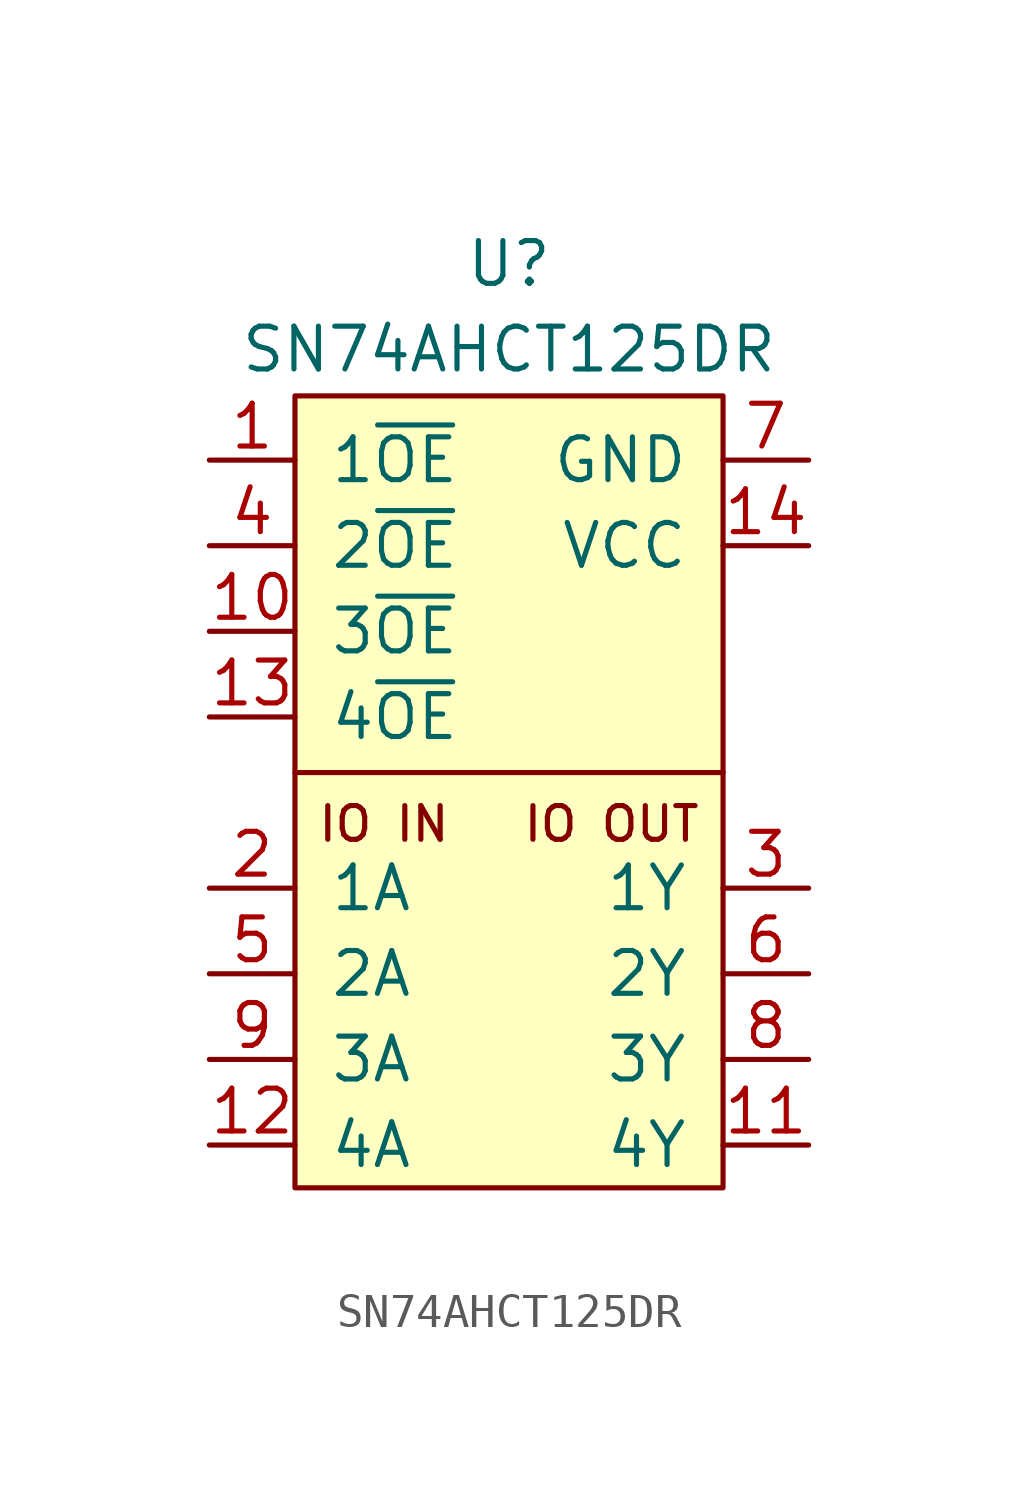
<source format=kicad_sym>
(kicad_symbol_lib
  (version 20241209)
  (generator "kicad_symbol_editor")
  (generator_version "9.0")
  (symbol "SN74AHCT125DR"
    (pin_names
      (offset 1.016))
    (property "Reference" "U"
      (at 0 15.24 0)
      (effects (font (size 1.27 1.27)) (justify bottom)))
    (property "Value" "SN74AHCT125DR"
      (at 0 12.7 0)
      (effects (font (size 1.27 1.27)) (justify bottom)))
    (symbol "SN74AHCT125DR_1_0"
      (rectangle (start -6.35 12.065) (end 6.35 -11.43) (stroke (width 0) (type solid)) (fill (type background)))
      (polyline (pts (xy -6.35 0.889) (xy 6.35 0.889)) (stroke (width 0) (type default)) (fill (type none)))
      (pin input line (at -8.89 10.16 0) (length 2.54) (name "1~{OE}" (effects (font (size 1.27 1.27)))) (number "1" (effects (font (size 1.27 1.27)))))
      (pin input line (at -8.89 7.62 0) (length 2.54) (name "2~{OE}" (effects (font (size 1.27 1.27)))) (number "4" (effects (font (size 1.27 1.27)))))
      (pin input line (at -8.89 5.08 0) (length 2.54) (name "3~{OE}" (effects (font (size 1.27 1.27)))) (number "10" (effects (font (size 1.27 1.27)))))
      (pin input line (at -8.89 2.54 0) (length 2.54) (name "4~{OE}" (effects (font (size 1.27 1.27)))) (number "13" (effects (font (size 1.27 1.27)))))
      (pin input line (at -8.89 -2.54 0) (length 2.54) (name "1A" (effects (font (size 1.27 1.27)))) (number "2" (effects (font (size 1.27 1.27)))))
      (pin input line (at -8.89 -5.08 0) (length 2.54) (name "2A" (effects (font (size 1.27 1.27)))) (number "5" (effects (font (size 1.27 1.27)))))
      (pin input line (at -8.89 -7.62 0) (length 2.54) (name "3A" (effects (font (size 1.27 1.27)))) (number "9" (effects (font (size 1.27 1.27)))))
      (pin input line (at -8.89 -10.16 0) (length 2.54) (name "4A" (effects (font (size 1.27 1.27)))) (number "12" (effects (font (size 1.27 1.27)))))
      (pin power_in line (at 8.89 10.16 180) (length 2.54) (name "GND" (effects (font (size 1.27 1.27)))) (number "7" (effects (font (size 1.27 1.27)))))
      (pin power_in line (at 8.89 7.62 180) (length 2.54) (name "VCC" (effects (font (size 1.27 1.27)))) (number "14" (effects (font (size 1.27 1.27)))))
      (pin output line (at 8.89 -2.54 180) (length 2.54) (name "1Y" (effects (font (size 1.27 1.27)))) (number "3" (effects (font (size 1.27 1.27)))))
      (pin output line (at 8.89 -5.08 180) (length 2.54) (name "2Y" (effects (font (size 1.27 1.27)))) (number "6" (effects (font (size 1.27 1.27)))))
      (pin output line (at 8.89 -7.62 180) (length 2.54) (name "3Y" (effects (font (size 1.27 1.27)))) (number "8" (effects (font (size 1.27 1.27)))))
      (pin output line (at 8.89 -10.16 180) (length 2.54) (name "4Y" (effects (font (size 1.27 1.27)))) (number "11" (effects (font (size 1.27 1.27))))))
    (symbol "SN74AHCT125DR_1_1"
      (text "IO IN" (at -5.715 -0.635 0) (effects (font (size 1 1)) (justify left)))
      (text "IO OUT" (at 5.715 -0.635 0) (effects (font (size 1 1)) (justify right))))))
</source>
